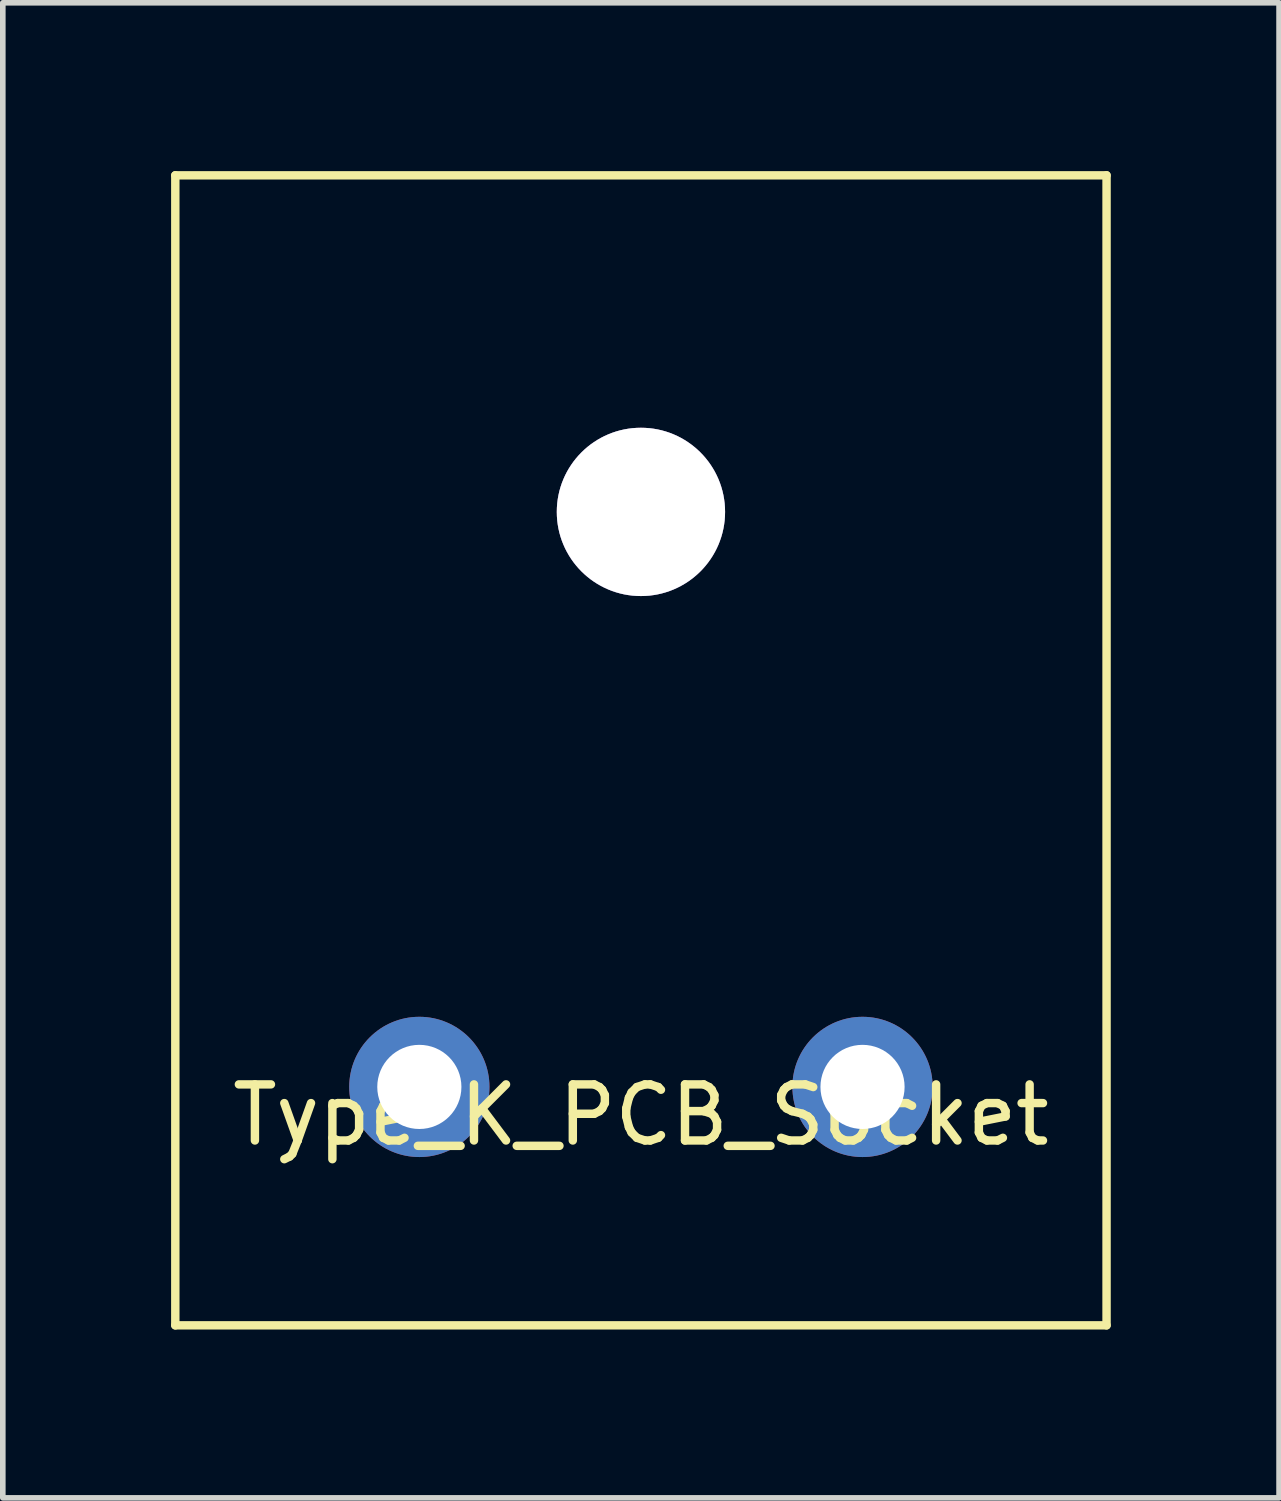
<source format=kicad_pcb>
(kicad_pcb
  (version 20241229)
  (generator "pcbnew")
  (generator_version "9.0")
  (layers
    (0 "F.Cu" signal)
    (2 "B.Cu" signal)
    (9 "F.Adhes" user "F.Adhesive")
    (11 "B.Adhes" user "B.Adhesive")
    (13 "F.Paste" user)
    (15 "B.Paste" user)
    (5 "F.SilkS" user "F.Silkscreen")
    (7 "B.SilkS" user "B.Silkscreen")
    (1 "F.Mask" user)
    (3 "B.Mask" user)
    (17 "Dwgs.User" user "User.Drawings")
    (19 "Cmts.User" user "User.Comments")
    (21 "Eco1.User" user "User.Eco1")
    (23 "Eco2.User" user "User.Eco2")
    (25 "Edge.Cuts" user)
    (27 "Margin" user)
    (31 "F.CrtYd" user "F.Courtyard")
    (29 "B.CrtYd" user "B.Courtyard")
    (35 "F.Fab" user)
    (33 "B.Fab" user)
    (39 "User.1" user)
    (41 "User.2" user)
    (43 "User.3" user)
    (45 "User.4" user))
  (footprint "Type_K_PCB_Socket"
    (layer "F.Cu")
    (at 8.375 16.325)
    (property "Reference" "Type_K_PCB_Socket" (at 0 0.5 0) (layer "F.SilkS") (effects (font (size 1 1) (thickness 0.15))))
    (attr through_hole)
    (fp_line (start -8.3 -16.25) (end 8.3 -16.25) (stroke (width 0.15) (type solid)) (layer "F.SilkS"))
    (fp_line (start -8.3 4.25) (end -8.3 -16.25) (stroke (width 0.15) (type solid)) (layer "F.SilkS"))
    (fp_line (start -8.3 4.25) (end 8.3 4.25) (stroke (width 0.15) (type solid)) (layer "F.SilkS"))
    (fp_line (start 8.3 -16.25) (end 8.3 4.25) (stroke (width 0.15) (type solid)) (layer "F.SilkS"))
    (pad "0" thru_hole circle (at 0 -10.25) (size 3 3) (drill 3) (layers "*.Cu" "*.Mask"))
    (pad "1" thru_hole circle (at 3.95 0) (size 2.5 2.5) (drill 1.5) (layers "*.Cu" "*.Mask"))
    (pad "2" thru_hole circle (at -3.95 0) (size 2.5 2.5) (drill 1.5) (layers "*.Cu" "*.Mask")))
  (gr_rect
    (start -3 -3)
    (end 19.75 23.65)
    (stroke (width 0.1) (type default))
    (fill no)
    (layer "Edge.Cuts")))
</source>
